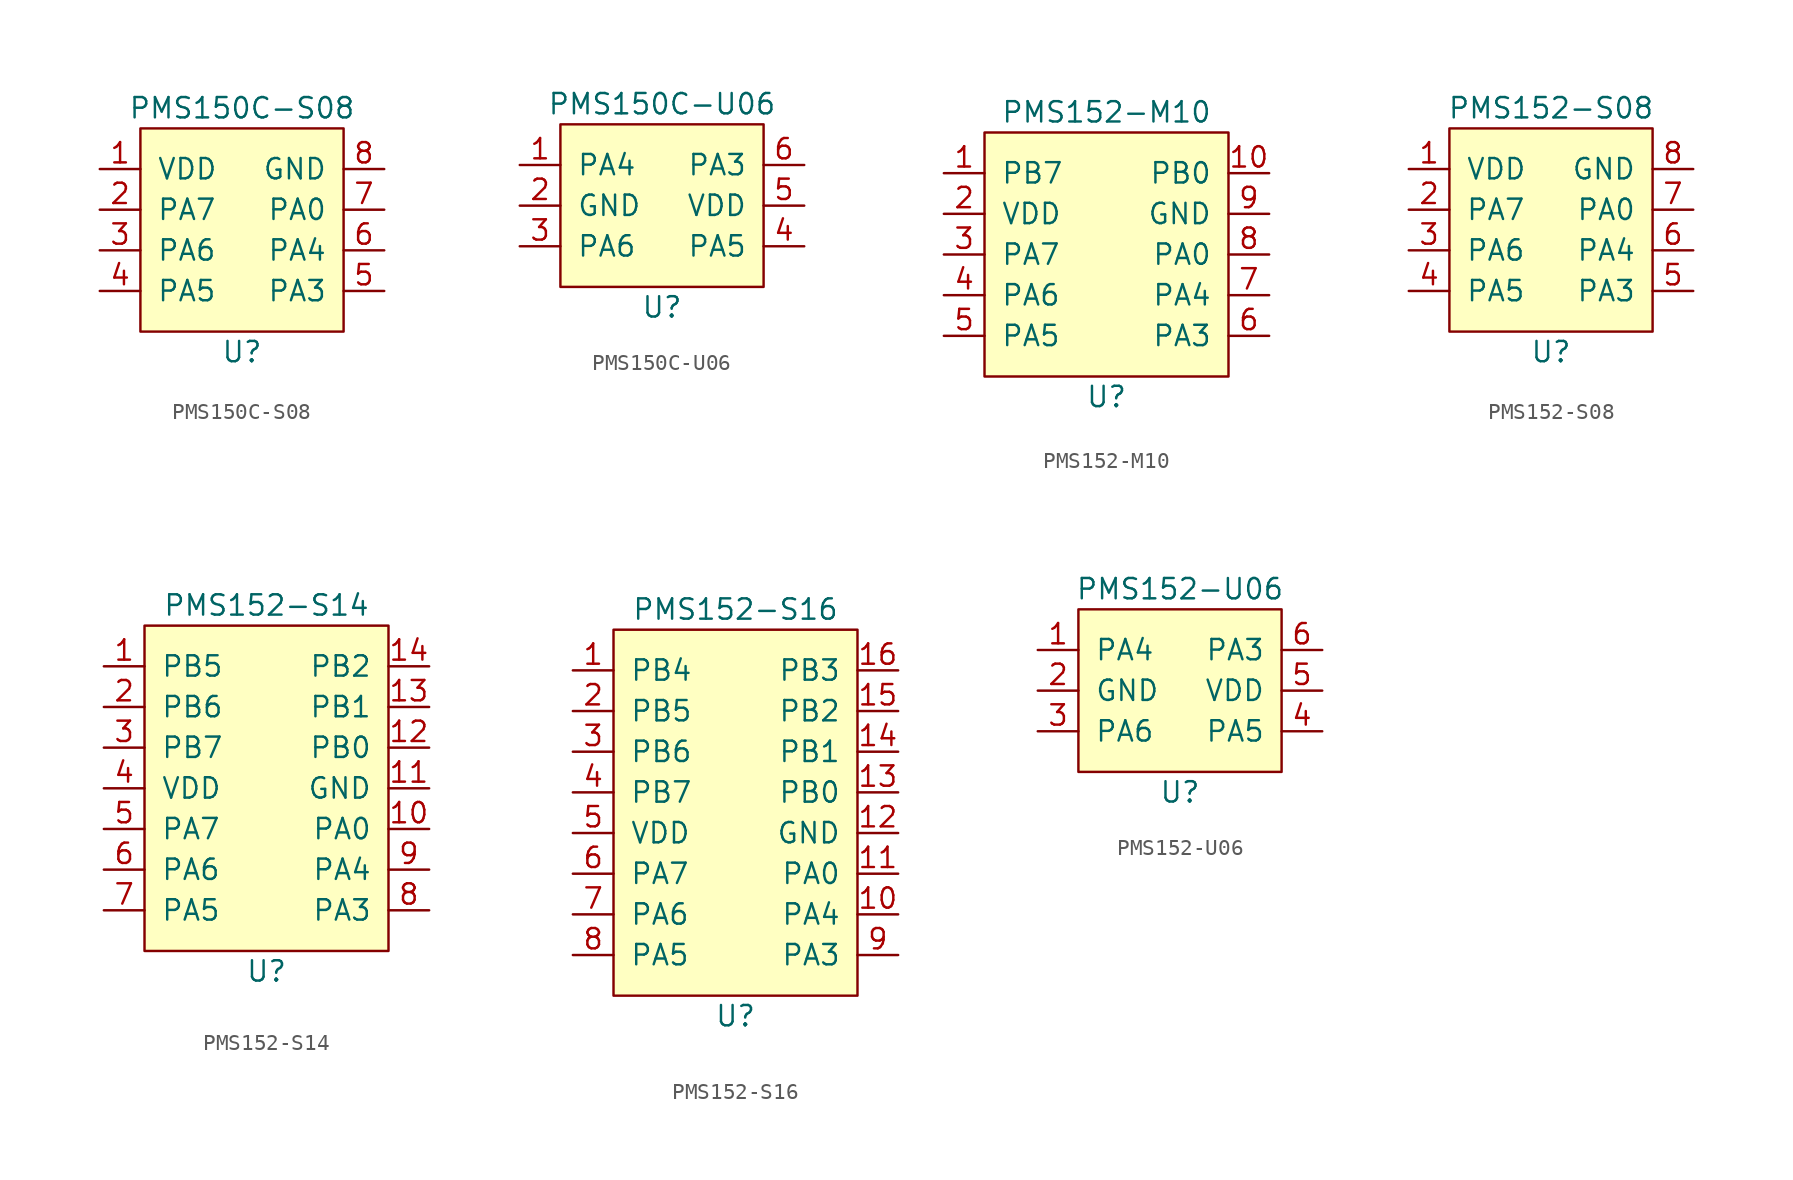
<source format=kicad_sym>
(kicad_symbol_lib
  (version 20211014)
  (generator kicad_symbol_editor)
  (symbol "PMS150C-S08"
    (pin_names
      (offset 1.016))
    (property "Reference" "U"
      (at 0 -7.62 0)
      (effects (font (size 1.27 1.27))))
    (property "Value" "PMS150C-S08"
      (at 0 7.62 0)
      (effects (font (size 1.27 1.27))))
    (symbol "PMS150C-S08_0_1"
      (rectangle (start -6.35 6.35) (end 6.35 -6.35) (stroke (width 0) (type default) (color 0 0 0 0)) (fill (type background))))
    (symbol "PMS150C-S08_1_1"
      (pin input line (at -8.89 3.81 0) (length 2.54) (name "VDD" (effects (font (size 1.27 1.27)))) (number "1" (effects (font (size 1.27 1.27)))))
      (pin input line (at -8.89 1.27 0) (length 2.54) (name "PA7" (effects (font (size 1.27 1.27)))) (number "2" (effects (font (size 1.27 1.27)))))
      (pin input line (at -8.89 -1.27 0) (length 2.54) (name "PA6" (effects (font (size 1.27 1.27)))) (number "3" (effects (font (size 1.27 1.27)))))
      (pin input line (at -8.89 -3.81 0) (length 2.54) (name "PA5" (effects (font (size 1.27 1.27)))) (number "4" (effects (font (size 1.27 1.27)))))
      (pin input line (at 8.89 -3.81 180) (length 2.54) (name "PA3" (effects (font (size 1.27 1.27)))) (number "5" (effects (font (size 1.27 1.27)))))
      (pin input line (at 8.89 -1.27 180) (length 2.54) (name "PA4" (effects (font (size 1.27 1.27)))) (number "6" (effects (font (size 1.27 1.27)))))
      (pin input line (at 8.89 1.27 180) (length 2.54) (name "PA0" (effects (font (size 1.27 1.27)))) (number "7" (effects (font (size 1.27 1.27)))))
      (pin input line (at 8.89 3.81 180) (length 2.54) (name "GND" (effects (font (size 1.27 1.27)))) (number "8" (effects (font (size 1.27 1.27)))))))
  (symbol "PMS150C-U06"
    (pin_names
      (offset 1.016))
    (property "Reference" "U"
      (at 0 -6.35 0)
      (effects (font (size 1.27 1.27))))
    (property "Value" "PMS150C-U06"
      (at 0 6.35 0)
      (effects (font (size 1.27 1.27))))
    (symbol "PMS150C-U06_0_1"
      (rectangle (start -6.35 5.08) (end 6.35 -5.08) (stroke (width 0) (type default) (color 0 0 0 0)) (fill (type background))))
    (symbol "PMS150C-U06_1_1"
      (pin input line (at -8.89 2.54 0) (length 2.54) (name "PA4" (effects (font (size 1.27 1.27)))) (number "1" (effects (font (size 1.27 1.27)))))
      (pin input line (at -8.89 0 0) (length 2.54) (name "GND" (effects (font (size 1.27 1.27)))) (number "2" (effects (font (size 1.27 1.27)))))
      (pin input line (at -8.89 -2.54 0) (length 2.54) (name "PA6" (effects (font (size 1.27 1.27)))) (number "3" (effects (font (size 1.27 1.27)))))
      (pin input line (at 8.89 -2.54 180) (length 2.54) (name "PA5" (effects (font (size 1.27 1.27)))) (number "4" (effects (font (size 1.27 1.27)))))
      (pin input line (at 8.89 0 180) (length 2.54) (name "VDD" (effects (font (size 1.27 1.27)))) (number "5" (effects (font (size 1.27 1.27)))))
      (pin input line (at 8.89 2.54 180) (length 2.54) (name "PA3" (effects (font (size 1.27 1.27)))) (number "6" (effects (font (size 1.27 1.27)))))))
  (symbol "PMS152-M10"
    (pin_names
      (offset 1.016))
    (property "Reference" "U"
      (at 0 -8.89 0)
      (effects (font (size 1.27 1.27))))
    (property "Value" "PMS152-M10"
      (at 0 8.89 0)
      (effects (font (size 1.27 1.27))))
    (symbol "PMS152-M10_0_1"
      (rectangle (start -7.62 7.62) (end 7.62 -7.62) (stroke (width 0) (type default) (color 0 0 0 0)) (fill (type background))))
    (symbol "PMS152-M10_1_1"
      (pin input line (at -10.16 5.08 0) (length 2.54) (name "PB7" (effects (font (size 1.27 1.27)))) (number "1" (effects (font (size 1.27 1.27)))))
      (pin input line (at 10.16 5.08 180) (length 2.54) (name "PB0" (effects (font (size 1.27 1.27)))) (number "10" (effects (font (size 1.27 1.27)))))
      (pin input line (at -10.16 2.54 0) (length 2.54) (name "VDD" (effects (font (size 1.27 1.27)))) (number "2" (effects (font (size 1.27 1.27)))))
      (pin input line (at -10.16 0 0) (length 2.54) (name "PA7" (effects (font (size 1.27 1.27)))) (number "3" (effects (font (size 1.27 1.27)))))
      (pin input line (at -10.16 -2.54 0) (length 2.54) (name "PA6" (effects (font (size 1.27 1.27)))) (number "4" (effects (font (size 1.27 1.27)))))
      (pin input line (at -10.16 -5.08 0) (length 2.54) (name "PA5" (effects (font (size 1.27 1.27)))) (number "5" (effects (font (size 1.27 1.27)))))
      (pin input line (at 10.16 -5.08 180) (length 2.54) (name "PA3" (effects (font (size 1.27 1.27)))) (number "6" (effects (font (size 1.27 1.27)))))
      (pin input line (at 10.16 -2.54 180) (length 2.54) (name "PA4" (effects (font (size 1.27 1.27)))) (number "7" (effects (font (size 1.27 1.27)))))
      (pin input line (at 10.16 0 180) (length 2.54) (name "PA0" (effects (font (size 1.27 1.27)))) (number "8" (effects (font (size 1.27 1.27)))))
      (pin input line (at 10.16 2.54 180) (length 2.54) (name "GND" (effects (font (size 1.27 1.27)))) (number "9" (effects (font (size 1.27 1.27)))))))
  (symbol "PMS152-S08"
    (pin_names
      (offset 1.016))
    (property "Reference" "U"
      (at 0 -7.62 0)
      (effects (font (size 1.27 1.27))))
    (property "Value" "PMS152-S08"
      (at 0 7.62 0)
      (effects (font (size 1.27 1.27))))
    (symbol "PMS152-S08_0_1"
      (rectangle (start -6.35 6.35) (end 6.35 -6.35) (stroke (width 0) (type default) (color 0 0 0 0)) (fill (type background))))
    (symbol "PMS152-S08_1_1"
      (pin input line (at -8.89 3.81 0) (length 2.54) (name "VDD" (effects (font (size 1.27 1.27)))) (number "1" (effects (font (size 1.27 1.27)))))
      (pin input line (at -8.89 1.27 0) (length 2.54) (name "PA7" (effects (font (size 1.27 1.27)))) (number "2" (effects (font (size 1.27 1.27)))))
      (pin input line (at -8.89 -1.27 0) (length 2.54) (name "PA6" (effects (font (size 1.27 1.27)))) (number "3" (effects (font (size 1.27 1.27)))))
      (pin input line (at -8.89 -3.81 0) (length 2.54) (name "PA5" (effects (font (size 1.27 1.27)))) (number "4" (effects (font (size 1.27 1.27)))))
      (pin input line (at 8.89 -3.81 180) (length 2.54) (name "PA3" (effects (font (size 1.27 1.27)))) (number "5" (effects (font (size 1.27 1.27)))))
      (pin input line (at 8.89 -1.27 180) (length 2.54) (name "PA4" (effects (font (size 1.27 1.27)))) (number "6" (effects (font (size 1.27 1.27)))))
      (pin input line (at 8.89 1.27 180) (length 2.54) (name "PA0" (effects (font (size 1.27 1.27)))) (number "7" (effects (font (size 1.27 1.27)))))
      (pin input line (at 8.89 3.81 180) (length 2.54) (name "GND" (effects (font (size 1.27 1.27)))) (number "8" (effects (font (size 1.27 1.27)))))))
  (symbol "PMS152-S14"
    (pin_names
      (offset 1.016))
    (property "Reference" "U"
      (at 0 -11.43 0)
      (effects (font (size 1.27 1.27))))
    (property "Value" "PMS152-S14"
      (at 0 11.43 0)
      (effects (font (size 1.27 1.27))))
    (symbol "PMS152-S14_0_1"
      (rectangle (start -7.62 10.16) (end 7.62 -10.16) (stroke (width 0) (type default) (color 0 0 0 0)) (fill (type background))))
    (symbol "PMS152-S14_1_1"
      (pin input line (at -10.16 7.62 0) (length 2.54) (name "PB5" (effects (font (size 1.27 1.27)))) (number "1" (effects (font (size 1.27 1.27)))))
      (pin input line (at 10.16 -2.54 180) (length 2.54) (name "PA0" (effects (font (size 1.27 1.27)))) (number "10" (effects (font (size 1.27 1.27)))))
      (pin input line (at 10.16 0 180) (length 2.54) (name "GND" (effects (font (size 1.27 1.27)))) (number "11" (effects (font (size 1.27 1.27)))))
      (pin input line (at 10.16 2.54 180) (length 2.54) (name "PB0" (effects (font (size 1.27 1.27)))) (number "12" (effects (font (size 1.27 1.27)))))
      (pin input line (at 10.16 5.08 180) (length 2.54) (name "PB1" (effects (font (size 1.27 1.27)))) (number "13" (effects (font (size 1.27 1.27)))))
      (pin input line (at 10.16 7.62 180) (length 2.54) (name "PB2" (effects (font (size 1.27 1.27)))) (number "14" (effects (font (size 1.27 1.27)))))
      (pin input line (at -10.16 5.08 0) (length 2.54) (name "PB6" (effects (font (size 1.27 1.27)))) (number "2" (effects (font (size 1.27 1.27)))))
      (pin input line (at -10.16 2.54 0) (length 2.54) (name "PB7" (effects (font (size 1.27 1.27)))) (number "3" (effects (font (size 1.27 1.27)))))
      (pin input line (at -10.16 0 0) (length 2.54) (name "VDD" (effects (font (size 1.27 1.27)))) (number "4" (effects (font (size 1.27 1.27)))))
      (pin input line (at -10.16 -2.54 0) (length 2.54) (name "PA7" (effects (font (size 1.27 1.27)))) (number "5" (effects (font (size 1.27 1.27)))))
      (pin input line (at -10.16 -5.08 0) (length 2.54) (name "PA6" (effects (font (size 1.27 1.27)))) (number "6" (effects (font (size 1.27 1.27)))))
      (pin input line (at -10.16 -7.62 0) (length 2.54) (name "PA5" (effects (font (size 1.27 1.27)))) (number "7" (effects (font (size 1.27 1.27)))))
      (pin input line (at 10.16 -7.62 180) (length 2.54) (name "PA3" (effects (font (size 1.27 1.27)))) (number "8" (effects (font (size 1.27 1.27)))))
      (pin input line (at 10.16 -5.08 180) (length 2.54) (name "PA4" (effects (font (size 1.27 1.27)))) (number "9" (effects (font (size 1.27 1.27)))))))
  (symbol "PMS152-S16"
    (pin_names
      (offset 1.016))
    (property "Reference" "U"
      (at 0 -12.7 0)
      (effects (font (size 1.27 1.27))))
    (property "Value" "PMS152-S16"
      (at 0 12.7 0)
      (effects (font (size 1.27 1.27))))
    (symbol "PMS152-S16_0_1"
      (rectangle (start -7.62 11.43) (end 7.62 -11.43) (stroke (width 0) (type default) (color 0 0 0 0)) (fill (type background))))
    (symbol "PMS152-S16_1_1"
      (pin input line (at -10.16 8.89 0) (length 2.54) (name "PB4" (effects (font (size 1.27 1.27)))) (number "1" (effects (font (size 1.27 1.27)))))
      (pin input line (at 10.16 -6.35 180) (length 2.54) (name "PA4" (effects (font (size 1.27 1.27)))) (number "10" (effects (font (size 1.27 1.27)))))
      (pin input line (at 10.16 -3.81 180) (length 2.54) (name "PA0" (effects (font (size 1.27 1.27)))) (number "11" (effects (font (size 1.27 1.27)))))
      (pin input line (at 10.16 -1.27 180) (length 2.54) (name "GND" (effects (font (size 1.27 1.27)))) (number "12" (effects (font (size 1.27 1.27)))))
      (pin input line (at 10.16 1.27 180) (length 2.54) (name "PB0" (effects (font (size 1.27 1.27)))) (number "13" (effects (font (size 1.27 1.27)))))
      (pin input line (at 10.16 3.81 180) (length 2.54) (name "PB1" (effects (font (size 1.27 1.27)))) (number "14" (effects (font (size 1.27 1.27)))))
      (pin input line (at 10.16 6.35 180) (length 2.54) (name "PB2" (effects (font (size 1.27 1.27)))) (number "15" (effects (font (size 1.27 1.27)))))
      (pin input line (at 10.16 8.89 180) (length 2.54) (name "PB3" (effects (font (size 1.27 1.27)))) (number "16" (effects (font (size 1.27 1.27)))))
      (pin input line (at -10.16 6.35 0) (length 2.54) (name "PB5" (effects (font (size 1.27 1.27)))) (number "2" (effects (font (size 1.27 1.27)))))
      (pin input line (at -10.16 3.81 0) (length 2.54) (name "PB6" (effects (font (size 1.27 1.27)))) (number "3" (effects (font (size 1.27 1.27)))))
      (pin input line (at -10.16 1.27 0) (length 2.54) (name "PB7" (effects (font (size 1.27 1.27)))) (number "4" (effects (font (size 1.27 1.27)))))
      (pin input line (at -10.16 -1.27 0) (length 2.54) (name "VDD" (effects (font (size 1.27 1.27)))) (number "5" (effects (font (size 1.27 1.27)))))
      (pin input line (at -10.16 -3.81 0) (length 2.54) (name "PA7" (effects (font (size 1.27 1.27)))) (number "6" (effects (font (size 1.27 1.27)))))
      (pin input line (at -10.16 -6.35 0) (length 2.54) (name "PA6" (effects (font (size 1.27 1.27)))) (number "7" (effects (font (size 1.27 1.27)))))
      (pin input line (at -10.16 -8.89 0) (length 2.54) (name "PA5" (effects (font (size 1.27 1.27)))) (number "8" (effects (font (size 1.27 1.27)))))
      (pin input line (at 10.16 -8.89 180) (length 2.54) (name "PA3" (effects (font (size 1.27 1.27)))) (number "9" (effects (font (size 1.27 1.27)))))))
  (symbol "PMS152-U06"
    (pin_names
      (offset 1.016))
    (property "Reference" "U"
      (at 0 -6.35 0)
      (effects (font (size 1.27 1.27))))
    (property "Value" "PMS152-U06"
      (at 0 6.35 0)
      (effects (font (size 1.27 1.27))))
    (symbol "PMS152-U06_0_1"
      (rectangle (start -6.35 5.08) (end 6.35 -5.08) (stroke (width 0) (type default) (color 0 0 0 0)) (fill (type background))))
    (symbol "PMS152-U06_1_1"
      (pin input line (at -8.89 2.54 0) (length 2.54) (name "PA4" (effects (font (size 1.27 1.27)))) (number "1" (effects (font (size 1.27 1.27)))))
      (pin input line (at -8.89 0 0) (length 2.54) (name "GND" (effects (font (size 1.27 1.27)))) (number "2" (effects (font (size 1.27 1.27)))))
      (pin input line (at -8.89 -2.54 0) (length 2.54) (name "PA6" (effects (font (size 1.27 1.27)))) (number "3" (effects (font (size 1.27 1.27)))))
      (pin input line (at 8.89 -2.54 180) (length 2.54) (name "PA5" (effects (font (size 1.27 1.27)))) (number "4" (effects (font (size 1.27 1.27)))))
      (pin input line (at 8.89 0 180) (length 2.54) (name "VDD" (effects (font (size 1.27 1.27)))) (number "5" (effects (font (size 1.27 1.27)))))
      (pin input line (at 8.89 2.54 180) (length 2.54) (name "PA3" (effects (font (size 1.27 1.27)))) (number "6" (effects (font (size 1.27 1.27))))))))
</source>
